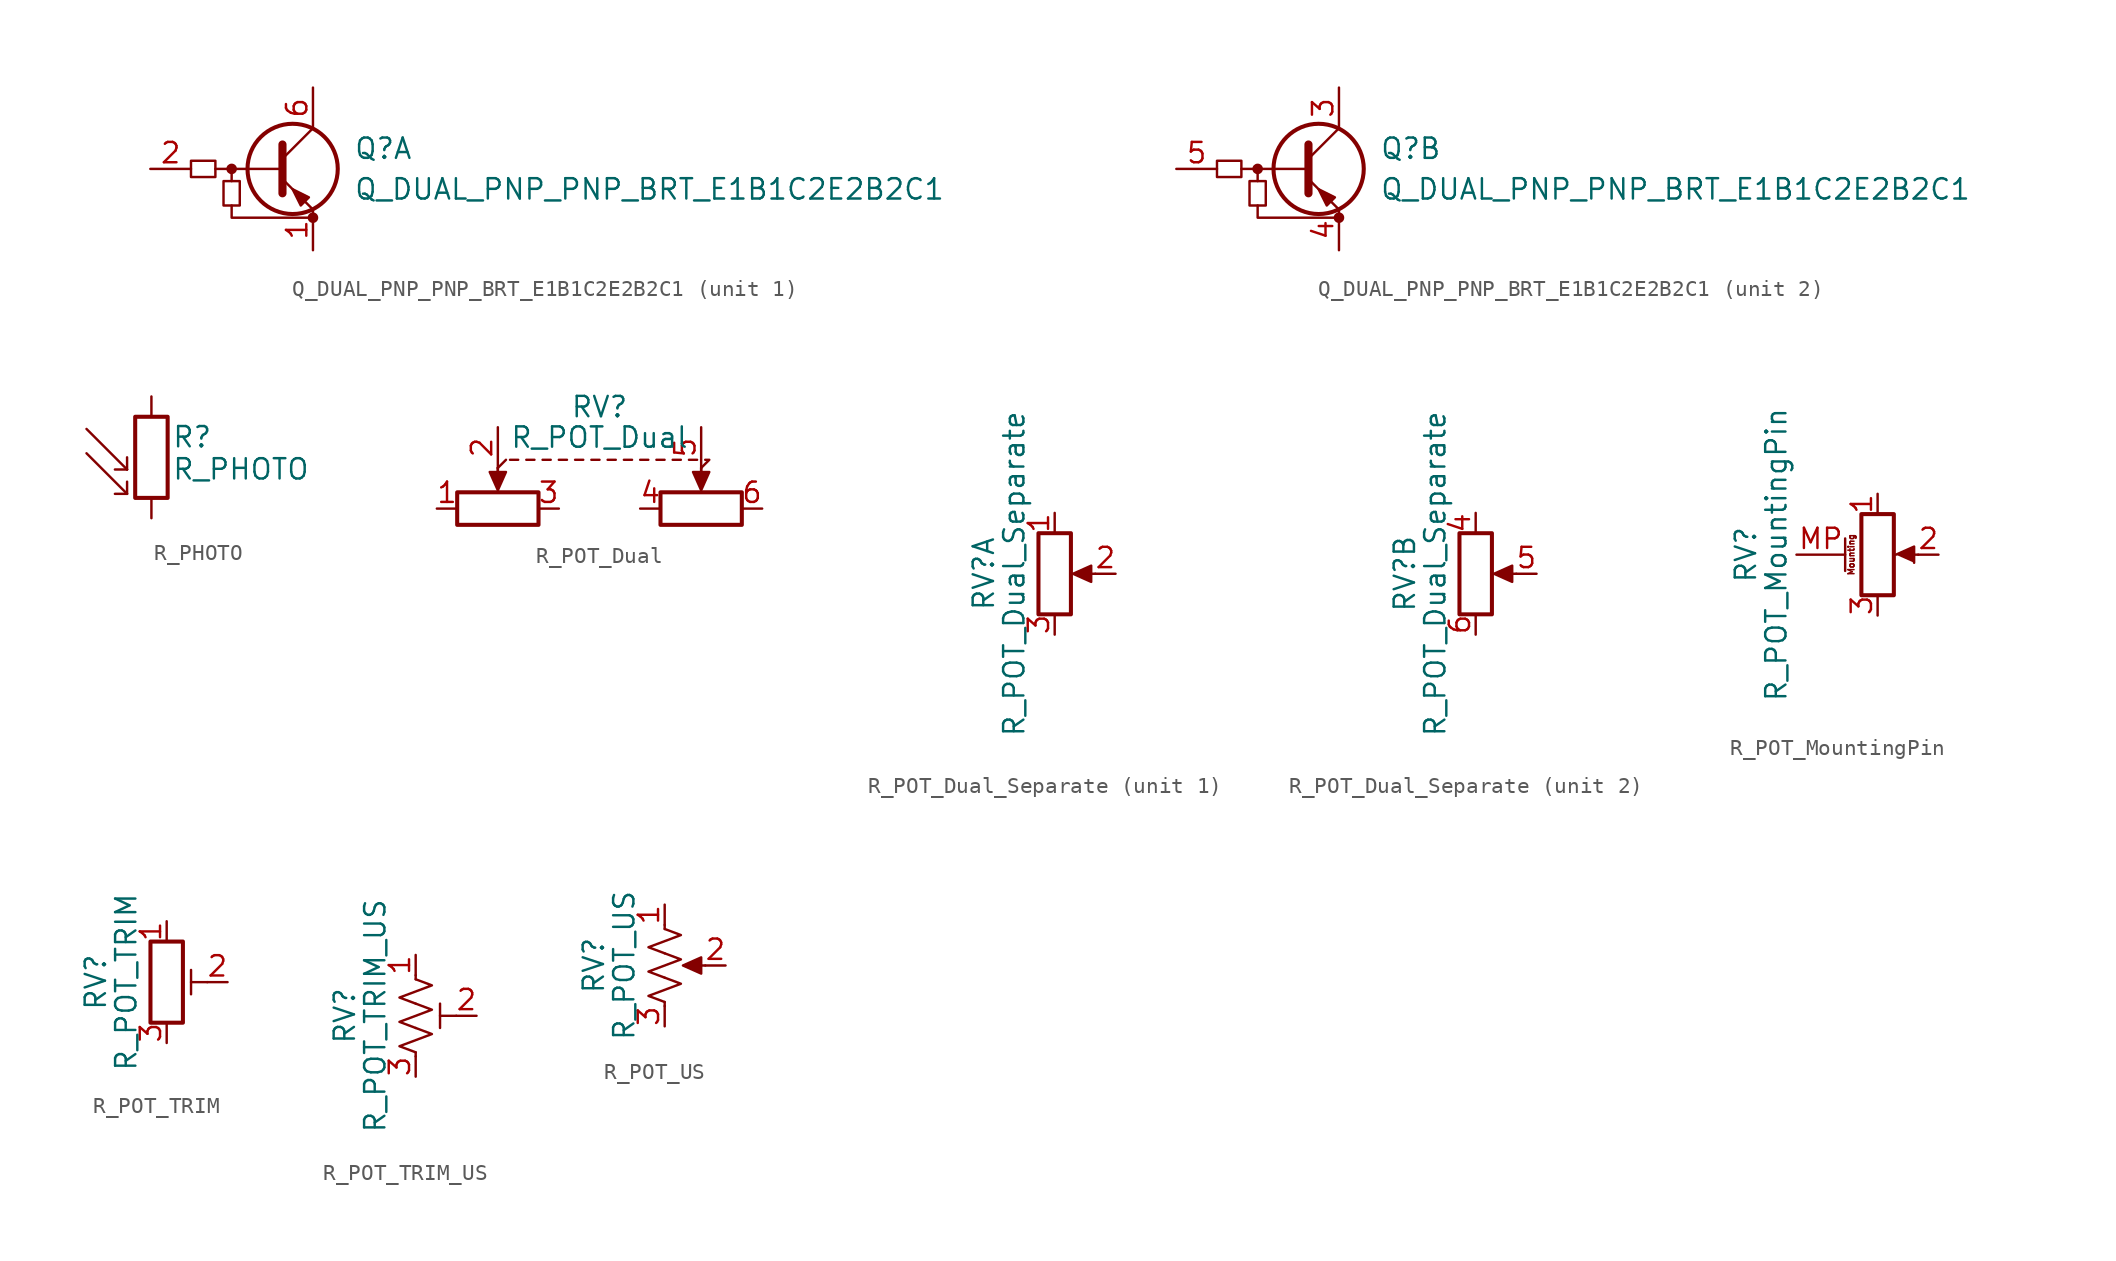
<source format=kicad_sym>
(kicad_symbol_lib
  (version 20211014)
  (generator kicad_symbol_editor)
  (symbol "Q_DUAL_PNP_PNP_BRT_E1B1C2E2B2C1"
    (pin_names hide)
    (property "Reference" "Q"
      (at 3.81 1.27 0)
      (effects (font (size 1.27 1.27)) (justify left)))
    (property "Value" "Q_DUAL_PNP_PNP_BRT_E1B1C2E2B2C1"
      (at 3.81 -1.27 0)
      (effects (font (size 1.27 1.27)) (justify left)))
    (symbol "Q_DUAL_PNP_PNP_BRT_E1B1C2E2B2C1_0_1"
      (rectangle (start -6.35 0.508) (end -4.826 -0.508) (stroke (width 0) (type default) (color 0 0 0 0)) (fill (type none)))
      (rectangle (start -4.318 -2.286) (end -3.302 -0.762) (stroke (width 0) (type default) (color 0 0 0 0)) (fill (type none)))
      (circle (center -3.81 0) (radius 0.254) (stroke (width 0) (type default) (color 0 0 0 0)) (fill (type outline)))
      (polyline (pts (xy -3.81 -0.762) (xy -3.81 0)) (stroke (width 0) (type default) (color 0 0 0 0)) (fill (type none)))
      (polyline (pts (xy -0.762 0) (xy -4.826 0)) (stroke (width 0) (type default) (color 0 0 0 0)) (fill (type none)))
      (polyline (pts (xy -0.635 1.524) (xy -0.635 -1.524)) (stroke (width 0.508) (type default) (color 0 0 0 0)) (fill (type none)))
      (polyline (pts (xy -3.81 -2.286) (xy -3.81 -3.048) (xy 1.27 -3.048)) (stroke (width 0) (type default) (color 0 0 0 0)) (fill (type none)))
      (polyline (pts (xy 1.016 -1.778) (xy 0.508 -2.286) (xy 0 -1.27) (xy 1.016 -1.778) (xy 1.016 -1.778)) (stroke (width 0) (type default) (color 0 0 0 0)) (fill (type outline)))
      (circle (center 1.27 -3.048) (radius 0.254) (stroke (width 0) (type default) (color 0 0 0 0)) (fill (type outline))))
    (symbol "Q_DUAL_PNP_PNP_BRT_E1B1C2E2B2C1_1_1"
      (polyline (pts (xy -0.635 0.635) (xy 1.27 2.54)) (stroke (width 0) (type default) (color 0 0 0 0)) (fill (type none)))
      (polyline (pts (xy -0.635 -0.635) (xy 1.27 -2.54) (xy 1.27 -2.54)) (stroke (width 0) (type default) (color 0 0 0 0)) (fill (type none)))
      (circle (center 0 0) (radius 2.819) (stroke (width 0.254) (type default) (color 0 0 0 0)) (fill (type none)))
      (pin passive line (at 1.27 -5.08 90) (length 2.54) (name "E1" (effects (font (size 1.27 1.27)))) (number "1" (effects (font (size 1.27 1.27)))))
      (pin input line (at -8.89 0 0) (length 2.54) (name "B1" (effects (font (size 1.27 1.27)))) (number "2" (effects (font (size 1.27 1.27)))))
      (pin passive line (at 1.27 5.08 270) (length 2.54) (name "C1" (effects (font (size 1.27 1.27)))) (number "6" (effects (font (size 1.27 1.27))))))
    (symbol "Q_DUAL_PNP_PNP_BRT_E1B1C2E2B2C1_2_1"
      (polyline (pts (xy -0.635 0.635) (xy 1.27 2.54)) (stroke (width 0) (type default) (color 0 0 0 0)) (fill (type none)))
      (polyline (pts (xy -0.635 -0.635) (xy 1.27 -2.54) (xy 1.27 -2.54)) (stroke (width 0) (type default) (color 0 0 0 0)) (fill (type none)))
      (circle (center 0 0) (radius 2.819) (stroke (width 0.254) (type default) (color 0 0 0 0)) (fill (type none)))
      (pin passive line (at 1.27 5.08 270) (length 2.54) (name "C2" (effects (font (size 1.27 1.27)))) (number "3" (effects (font (size 1.27 1.27)))))
      (pin passive line (at 1.27 -5.08 90) (length 2.54) (name "E2" (effects (font (size 1.27 1.27)))) (number "4" (effects (font (size 1.27 1.27)))))
      (pin input line (at -8.89 0 0) (length 2.54) (name "B2" (effects (font (size 1.27 1.27)))) (number "5" (effects (font (size 1.27 1.27)))))))
  (symbol "R_PHOTO"
    (pin_numbers hide)
    (pin_names
      (offset 0))
    (property "Reference" "R"
      (at 1.27 1.27 0)
      (effects (font (size 1.27 1.27)) (justify left)))
    (property "Value" "R_PHOTO"
      (at 1.27 0 0)
      (effects (font (size 1.27 1.27)) (justify left top)))
    (symbol "R_PHOTO_0_1"
      (rectangle (start -1.016 2.54) (end 1.016 -2.54) (stroke (width 0.254) (type default) (color 0 0 0 0)) (fill (type none)))
      (polyline (pts (xy -1.524 -2.286) (xy -4.064 0.254)) (stroke (width 0) (type default) (color 0 0 0 0)) (fill (type none)))
      (polyline (pts (xy -1.524 -2.286) (xy -2.286 -2.286)) (stroke (width 0) (type default) (color 0 0 0 0)) (fill (type none)))
      (polyline (pts (xy -1.524 -2.286) (xy -1.524 -1.524)) (stroke (width 0) (type default) (color 0 0 0 0)) (fill (type none)))
      (polyline (pts (xy -1.524 -0.762) (xy -4.064 1.778)) (stroke (width 0) (type default) (color 0 0 0 0)) (fill (type none)))
      (polyline (pts (xy -1.524 -0.762) (xy -2.286 -0.762)) (stroke (width 0) (type default) (color 0 0 0 0)) (fill (type none)))
      (polyline (pts (xy -1.524 -0.762) (xy -1.524 0)) (stroke (width 0) (type default) (color 0 0 0 0)) (fill (type none))))
    (symbol "R_PHOTO_1_1"
      (pin passive line (at 0 3.81 270) (length 1.27) (name "~" (effects (font (size 1.27 1.27)))) (number "1" (effects (font (size 1.27 1.27)))))
      (pin passive line (at 0 -3.81 90) (length 1.27) (name "~" (effects (font (size 1.27 1.27)))) (number "2" (effects (font (size 1.27 1.27)))))))
  (symbol "R_POT_Dual"
    (pin_names
      (offset 1.016) hide)
    (property "Reference" "RV"
      (at 0 3.81 0)
      (effects (font (size 1.27 1.27))))
    (property "Value" "R_POT_Dual"
      (at 0 1.905 0)
      (effects (font (size 1.27 1.27))))
    (symbol "R_POT_Dual_0_1"
      (rectangle (start -8.89 -1.524) (end -3.81 -3.556) (stroke (width 0.254) (type default) (color 0 0 0 0)) (fill (type none)))
      (polyline (pts (xy -6.35 0) (xy -6.35 -1.016)) (stroke (width 0) (type default) (color 0 0 0 0)) (fill (type none)))
      (polyline (pts (xy -6.35 0) (xy -6.35 -1.016)) (stroke (width 0) (type default) (color 0 0 0 0)) (fill (type none)))
      (polyline (pts (xy -6.35 0) (xy -5.842 0.508)) (stroke (width 0) (type default) (color 0 0 0 0)) (fill (type none)))
      (polyline (pts (xy -5.588 0.508) (xy -5.08 0.508)) (stroke (width 0) (type default) (color 0 0 0 0)) (fill (type none)))
      (polyline (pts (xy -4.572 0.508) (xy -4.064 0.508)) (stroke (width 0) (type default) (color 0 0 0 0)) (fill (type none)))
      (polyline (pts (xy -3.556 0.508) (xy -3.048 0.508)) (stroke (width 0) (type default) (color 0 0 0 0)) (fill (type none)))
      (polyline (pts (xy -2.54 0.508) (xy -2.032 0.508)) (stroke (width 0) (type default) (color 0 0 0 0)) (fill (type none)))
      (polyline (pts (xy -1.524 0.508) (xy -1.016 0.508)) (stroke (width 0) (type default) (color 0 0 0 0)) (fill (type none)))
      (polyline (pts (xy -0.508 0.508) (xy 0 0.508)) (stroke (width 0) (type default) (color 0 0 0 0)) (fill (type none)))
      (polyline (pts (xy 0.508 0.508) (xy 1.016 0.508)) (stroke (width 0) (type default) (color 0 0 0 0)) (fill (type none)))
      (polyline (pts (xy 1.524 0.508) (xy 2.032 0.508)) (stroke (width 0) (type default) (color 0 0 0 0)) (fill (type none)))
      (polyline (pts (xy 2.54 0.508) (xy 3.048 0.508)) (stroke (width 0) (type default) (color 0 0 0 0)) (fill (type none)))
      (polyline (pts (xy 3.556 0.508) (xy 4.064 0.508)) (stroke (width 0) (type default) (color 0 0 0 0)) (fill (type none)))
      (polyline (pts (xy 4.572 0.508) (xy 5.08 0.508)) (stroke (width 0) (type default) (color 0 0 0 0)) (fill (type none)))
      (polyline (pts (xy 5.588 0.508) (xy 6.096 0.508)) (stroke (width 0) (type default) (color 0 0 0 0)) (fill (type none)))
      (polyline (pts (xy 6.35 0) (xy 6.35 -1.016)) (stroke (width 0) (type default) (color 0 0 0 0)) (fill (type none)))
      (polyline (pts (xy 6.35 0) (xy 6.35 -1.016)) (stroke (width 0) (type default) (color 0 0 0 0)) (fill (type none)))
      (polyline (pts (xy 6.604 0.508) (xy 6.858 0.508) (xy 6.35 0)) (stroke (width 0) (type default) (color 0 0 0 0)) (fill (type none)))
      (polyline (pts (xy -6.35 -1.397) (xy -6.858 -0.254) (xy -5.842 -0.254) (xy -6.35 -1.397)) (stroke (width 0) (type default) (color 0 0 0 0)) (fill (type outline)))
      (polyline (pts (xy 6.35 -1.397) (xy 5.842 -0.254) (xy 6.858 -0.254) (xy 6.35 -1.397)) (stroke (width 0) (type default) (color 0 0 0 0)) (fill (type outline)))
      (rectangle (start 3.81 -1.524) (end 8.89 -3.556) (stroke (width 0.254) (type default) (color 0 0 0 0)) (fill (type none))))
    (symbol "R_POT_Dual_1_1"
      (pin passive line (at -10.16 -2.54 0) (length 1.27) (name "1" (effects (font (size 1.27 1.27)))) (number "1" (effects (font (size 1.27 1.27)))))
      (pin passive line (at -6.35 2.54 270) (length 2.54) (name "2" (effects (font (size 1.27 1.27)))) (number "2" (effects (font (size 1.27 1.27)))))
      (pin passive line (at -2.54 -2.54 180) (length 1.27) (name "3" (effects (font (size 1.27 1.27)))) (number "3" (effects (font (size 1.27 1.27)))))
      (pin passive line (at 2.54 -2.54 0) (length 1.27) (name "4" (effects (font (size 1.27 1.27)))) (number "4" (effects (font (size 1.27 1.27)))))
      (pin passive line (at 6.35 2.54 270) (length 2.54) (name "5" (effects (font (size 1.27 1.27)))) (number "5" (effects (font (size 1.27 1.27)))))
      (pin passive line (at 10.16 -2.54 180) (length 1.27) (name "6" (effects (font (size 1.27 1.27)))) (number "6" (effects (font (size 1.27 1.27)))))))
  (symbol "R_POT_Dual_Separate"
    (pin_names
      (offset 1.016) hide)
    (property "Reference" "RV"
      (at -4.445 0 90)
      (effects (font (size 1.27 1.27))))
    (property "Value" "R_POT_Dual_Separate"
      (at -2.54 0 90)
      (effects (font (size 1.27 1.27))))
    (symbol "R_POT_Dual_Separate_0_1"
      (polyline (pts (xy 2.54 0) (xy 1.524 0)) (stroke (width 0) (type default) (color 0 0 0 0)) (fill (type none)))
      (polyline (pts (xy 1.143 0) (xy 2.286 0.508) (xy 2.286 -0.508) (xy 1.143 0)) (stroke (width 0) (type default) (color 0 0 0 0)) (fill (type outline)))
      (rectangle (start 1.016 2.54) (end -1.016 -2.54) (stroke (width 0.254) (type default) (color 0 0 0 0)) (fill (type none))))
    (symbol "R_POT_Dual_Separate_1_1"
      (pin passive line (at 0 3.81 270) (length 1.27) (name "1" (effects (font (size 1.27 1.27)))) (number "1" (effects (font (size 1.27 1.27)))))
      (pin passive line (at 3.81 0 180) (length 1.27) (name "2" (effects (font (size 1.27 1.27)))) (number "2" (effects (font (size 1.27 1.27)))))
      (pin passive line (at 0 -3.81 90) (length 1.27) (name "3" (effects (font (size 1.27 1.27)))) (number "3" (effects (font (size 1.27 1.27))))))
    (symbol "R_POT_Dual_Separate_2_1"
      (pin passive line (at 0 3.81 270) (length 1.27) (name "4" (effects (font (size 1.27 1.27)))) (number "4" (effects (font (size 1.27 1.27)))))
      (pin passive line (at 3.81 0 180) (length 1.27) (name "5" (effects (font (size 1.27 1.27)))) (number "5" (effects (font (size 1.27 1.27)))))
      (pin passive line (at 0 -3.81 90) (length 1.27) (name "6" (effects (font (size 1.27 1.27)))) (number "6" (effects (font (size 1.27 1.27)))))))
  (symbol "R_POT_MountingPin"
    (pin_names
      (offset 1.016) hide)
    (property "Reference" "RV"
      (at -8.255 0 90)
      (effects (font (size 1.27 1.27))))
    (property "Value" "R_POT_MountingPin"
      (at -6.35 0 90)
      (effects (font (size 1.27 1.27))))
    (symbol "R_POT_MountingPin_0_1"
      (polyline (pts (xy 2.54 0) (xy 1.524 0)) (stroke (width 0) (type default) (color 0 0 0 0)) (fill (type none)))
      (polyline (pts (xy 1.143 0) (xy 2.286 0.508) (xy 2.286 -0.508)) (stroke (width 0) (type default) (color 0 0 0 0)) (fill (type outline)))
      (rectangle (start 1.016 2.54) (end -1.016 -2.54) (stroke (width 0.254) (type default) (color 0 0 0 0)) (fill (type none))))
    (symbol "R_POT_MountingPin_1_1"
      (polyline (pts (xy -2.032 1.016) (xy -2.032 -1.016)) (stroke (width 0.152) (type default) (color 0 0 0 0)) (fill (type none)))
      (text "Mounting" (at -1.651 0 900) (effects (font (size 0.381 0.381))))
      (pin passive line (at 0 3.81 270) (length 1.27) (name "1" (effects (font (size 1.27 1.27)))) (number "1" (effects (font (size 1.27 1.27)))))
      (pin passive line (at 3.81 0 180) (length 1.27) (name "2" (effects (font (size 1.27 1.27)))) (number "2" (effects (font (size 1.27 1.27)))))
      (pin passive line (at 0 -3.81 90) (length 1.27) (name "3" (effects (font (size 1.27 1.27)))) (number "3" (effects (font (size 1.27 1.27)))))
      (pin passive line (at -5.08 0 0) (length 3.048) (name "MountPin" (effects (font (size 1.27 1.27)))) (number "MP" (effects (font (size 1.27 1.27)))))))
  (symbol "R_POT_TRIM"
    (pin_names
      (offset 1.016) hide)
    (property "Reference" "RV"
      (at -4.445 0 90)
      (effects (font (size 1.27 1.27))))
    (property "Value" "R_POT_TRIM"
      (at -2.54 0 90)
      (effects (font (size 1.27 1.27))))
    (symbol "R_POT_TRIM_0_1"
      (polyline (pts (xy 1.524 0.762) (xy 1.524 -0.762)) (stroke (width 0) (type default) (color 0 0 0 0)) (fill (type none)))
      (polyline (pts (xy 2.54 0) (xy 1.524 0)) (stroke (width 0) (type default) (color 0 0 0 0)) (fill (type none)))
      (rectangle (start 1.016 2.54) (end -1.016 -2.54) (stroke (width 0.254) (type default) (color 0 0 0 0)) (fill (type none))))
    (symbol "R_POT_TRIM_1_1"
      (pin passive line (at 0 3.81 270) (length 1.27) (name "1" (effects (font (size 1.27 1.27)))) (number "1" (effects (font (size 1.27 1.27)))))
      (pin passive line (at 3.81 0 180) (length 1.27) (name "2" (effects (font (size 1.27 1.27)))) (number "2" (effects (font (size 1.27 1.27)))))
      (pin passive line (at 0 -3.81 90) (length 1.27) (name "3" (effects (font (size 1.27 1.27)))) (number "3" (effects (font (size 1.27 1.27)))))))
  (symbol "R_POT_TRIM_US"
    (pin_names
      (offset 1.016) hide)
    (property "Reference" "RV"
      (at -4.445 0 90)
      (effects (font (size 1.27 1.27))))
    (property "Value" "R_POT_TRIM_US"
      (at -2.54 0 90)
      (effects (font (size 1.27 1.27))))
    (symbol "R_POT_TRIM_US_0_1"
      (polyline (pts (xy 0 -2.286) (xy 0 -2.54)) (stroke (width 0) (type default) (color 0 0 0 0)) (fill (type none)))
      (polyline (pts (xy 0 2.286) (xy 0 2.54)) (stroke (width 0) (type default) (color 0 0 0 0)) (fill (type none)))
      (polyline (pts (xy 1.524 0.762) (xy 1.524 -0.762)) (stroke (width 0) (type default) (color 0 0 0 0)) (fill (type none)))
      (polyline (pts (xy 2.54 0) (xy 1.524 0)) (stroke (width 0) (type default) (color 0 0 0 0)) (fill (type none)))
      (polyline (pts (xy 0 -0.762) (xy 1.016 -1.143) (xy 0 -1.524) (xy -1.016 -1.905) (xy 0 -2.286)) (stroke (width 0) (type default) (color 0 0 0 0)) (fill (type none)))
      (polyline (pts (xy 0 0.762) (xy 1.016 0.381) (xy 0 0) (xy -1.016 -0.381) (xy 0 -0.762)) (stroke (width 0) (type default) (color 0 0 0 0)) (fill (type none)))
      (polyline (pts (xy 0 2.286) (xy 1.016 1.905) (xy 0 1.524) (xy -1.016 1.143) (xy 0 0.762)) (stroke (width 0) (type default) (color 0 0 0 0)) (fill (type none))))
    (symbol "R_POT_TRIM_US_1_1"
      (pin passive line (at 0 3.81 270) (length 1.27) (name "1" (effects (font (size 1.27 1.27)))) (number "1" (effects (font (size 1.27 1.27)))))
      (pin passive line (at 3.81 0 180) (length 1.27) (name "2" (effects (font (size 1.27 1.27)))) (number "2" (effects (font (size 1.27 1.27)))))
      (pin passive line (at 0 -3.81 90) (length 1.27) (name "3" (effects (font (size 1.27 1.27)))) (number "3" (effects (font (size 1.27 1.27)))))))
  (symbol "R_POT_US"
    (pin_names
      (offset 1.016) hide)
    (property "Reference" "RV"
      (at -4.445 0 90)
      (effects (font (size 1.27 1.27))))
    (property "Value" "R_POT_US"
      (at -2.54 0 90)
      (effects (font (size 1.27 1.27))))
    (symbol "R_POT_US_0_1"
      (polyline (pts (xy 0 -2.286) (xy 0 -2.54)) (stroke (width 0) (type default) (color 0 0 0 0)) (fill (type none)))
      (polyline (pts (xy 0 2.54) (xy 0 2.286)) (stroke (width 0) (type default) (color 0 0 0 0)) (fill (type none)))
      (polyline (pts (xy 2.54 0) (xy 1.524 0)) (stroke (width 0) (type default) (color 0 0 0 0)) (fill (type none)))
      (polyline (pts (xy 1.143 0) (xy 2.286 0.508) (xy 2.286 -0.508) (xy 1.143 0)) (stroke (width 0) (type default) (color 0 0 0 0)) (fill (type outline)))
      (polyline (pts (xy 0 -0.762) (xy 1.016 -1.143) (xy 0 -1.524) (xy -1.016 -1.905) (xy 0 -2.286)) (stroke (width 0) (type default) (color 0 0 0 0)) (fill (type none)))
      (polyline (pts (xy 0 0.762) (xy 1.016 0.381) (xy 0 0) (xy -1.016 -0.381) (xy 0 -0.762)) (stroke (width 0) (type default) (color 0 0 0 0)) (fill (type none)))
      (polyline (pts (xy 0 2.286) (xy 1.016 1.905) (xy 0 1.524) (xy -1.016 1.143) (xy 0 0.762)) (stroke (width 0) (type default) (color 0 0 0 0)) (fill (type none))))
    (symbol "R_POT_US_1_1"
      (pin passive line (at 0 3.81 270) (length 1.27) (name "1" (effects (font (size 1.27 1.27)))) (number "1" (effects (font (size 1.27 1.27)))))
      (pin passive line (at 3.81 0 180) (length 1.27) (name "2" (effects (font (size 1.27 1.27)))) (number "2" (effects (font (size 1.27 1.27)))))
      (pin passive line (at 0 -3.81 90) (length 1.27) (name "3" (effects (font (size 1.27 1.27)))) (number "3" (effects (font (size 1.27 1.27))))))))
</source>
